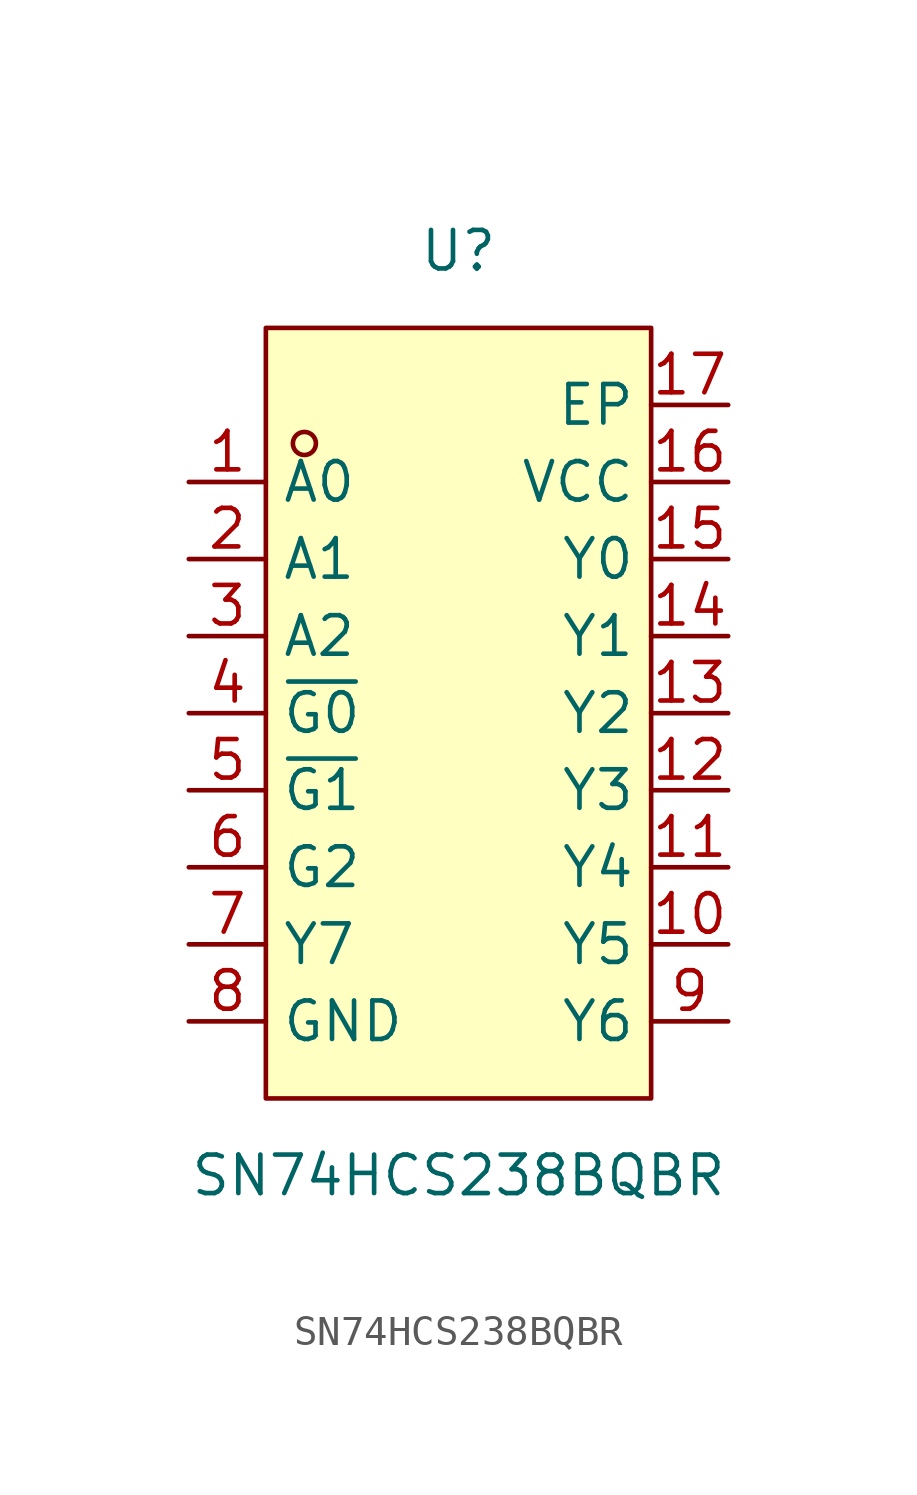
<source format=kicad_sym>
(kicad_symbol_lib
  (version 20211014)
  (generator https://github.com/uPesy/easyeda2kicad.py)
  (symbol "SN74HCS238BQBR"
    (property "Reference" "U"
      (at 0 15.24 0)
      (effects (font (size 1.27 1.27))))
    (property "Value" "SN74HCS238BQBR"
      (at 0 -15.24 0)
      (effects (font (size 1.27 1.27))))
    (symbol "SN74HCS238BQBR_0_1"
      (rectangle (start -6.35 12.70) (end 6.35 -12.70) (stroke (width 0) (type default) (color 0 0 0 0)) (fill (type background)))
      (circle (center -5.08 8.89) (radius 0.38) (stroke (width 0) (type default) (color 0 0 0 0)) (fill (type none)))
      (pin unspecified line (at -8.89 7.62 0) (length 2.54) (name "A0" (effects (font (size 1.27 1.27)))) (number "1" (effects (font (size 1.27 1.27)))))
      (pin unspecified line (at -8.89 5.08 0) (length 2.54) (name "A1" (effects (font (size 1.27 1.27)))) (number "2" (effects (font (size 1.27 1.27)))))
      (pin unspecified line (at -8.89 2.54 0) (length 2.54) (name "A2" (effects (font (size 1.27 1.27)))) (number "3" (effects (font (size 1.27 1.27)))))
      (pin unspecified line (at -8.89 -0.00 0) (length 2.54) (name "~{G0}" (effects (font (size 1.27 1.27)))) (number "4" (effects (font (size 1.27 1.27)))))
      (pin unspecified line (at -8.89 -2.54 0) (length 2.54) (name "~{G1}" (effects (font (size 1.27 1.27)))) (number "5" (effects (font (size 1.27 1.27)))))
      (pin unspecified line (at -8.89 -5.08 0) (length 2.54) (name "G2" (effects (font (size 1.27 1.27)))) (number "6" (effects (font (size 1.27 1.27)))))
      (pin unspecified line (at -8.89 -7.62 0) (length 2.54) (name "Y7" (effects (font (size 1.27 1.27)))) (number "7" (effects (font (size 1.27 1.27)))))
      (pin unspecified line (at -8.89 -10.16 0) (length 2.54) (name "GND" (effects (font (size 1.27 1.27)))) (number "8" (effects (font (size 1.27 1.27)))))
      (pin unspecified line (at 8.89 -10.16 180) (length 2.54) (name "Y6" (effects (font (size 1.27 1.27)))) (number "9" (effects (font (size 1.27 1.27)))))
      (pin unspecified line (at 8.89 -7.62 180) (length 2.54) (name "Y5" (effects (font (size 1.27 1.27)))) (number "10" (effects (font (size 1.27 1.27)))))
      (pin unspecified line (at 8.89 -5.08 180) (length 2.54) (name "Y4" (effects (font (size 1.27 1.27)))) (number "11" (effects (font (size 1.27 1.27)))))
      (pin unspecified line (at 8.89 -2.54 180) (length 2.54) (name "Y3" (effects (font (size 1.27 1.27)))) (number "12" (effects (font (size 1.27 1.27)))))
      (pin unspecified line (at 8.89 -0.00 180) (length 2.54) (name "Y2" (effects (font (size 1.27 1.27)))) (number "13" (effects (font (size 1.27 1.27)))))
      (pin unspecified line (at 8.89 2.54 180) (length 2.54) (name "Y1" (effects (font (size 1.27 1.27)))) (number "14" (effects (font (size 1.27 1.27)))))
      (pin unspecified line (at 8.89 5.08 180) (length 2.54) (name "Y0" (effects (font (size 1.27 1.27)))) (number "15" (effects (font (size 1.27 1.27)))))
      (pin unspecified line (at 8.89 7.62 180) (length 2.54) (name "VCC" (effects (font (size 1.27 1.27)))) (number "16" (effects (font (size 1.27 1.27)))))
      (pin unspecified line (at 8.89 10.16 180) (length 2.54) (name "EP" (effects (font (size 1.27 1.27)))) (number "17" (effects (font (size 1.27 1.27))))))))
</source>
